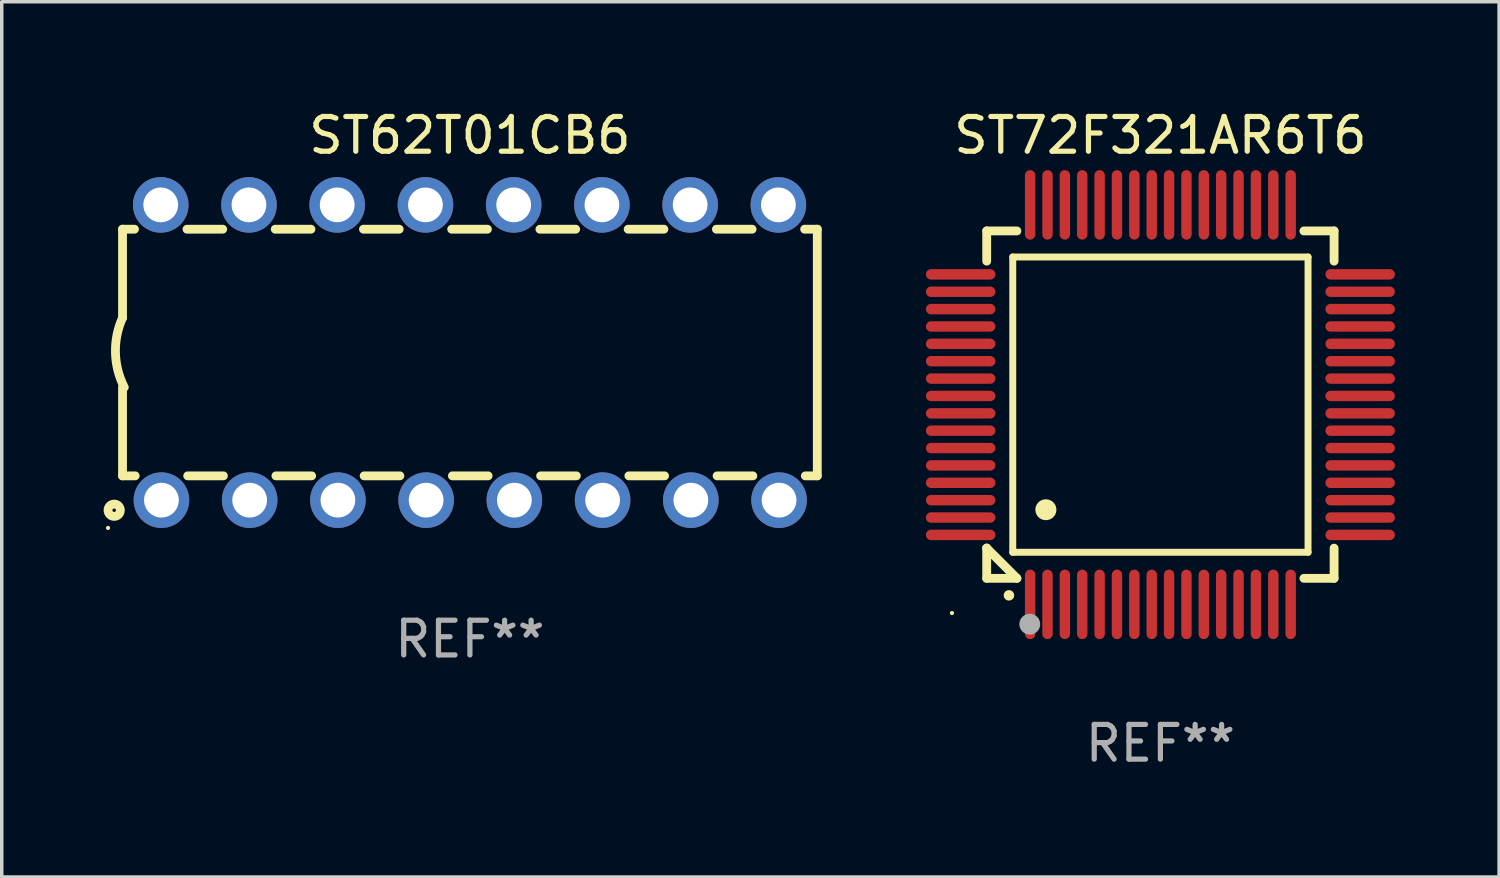
<source format=kicad_pcb>
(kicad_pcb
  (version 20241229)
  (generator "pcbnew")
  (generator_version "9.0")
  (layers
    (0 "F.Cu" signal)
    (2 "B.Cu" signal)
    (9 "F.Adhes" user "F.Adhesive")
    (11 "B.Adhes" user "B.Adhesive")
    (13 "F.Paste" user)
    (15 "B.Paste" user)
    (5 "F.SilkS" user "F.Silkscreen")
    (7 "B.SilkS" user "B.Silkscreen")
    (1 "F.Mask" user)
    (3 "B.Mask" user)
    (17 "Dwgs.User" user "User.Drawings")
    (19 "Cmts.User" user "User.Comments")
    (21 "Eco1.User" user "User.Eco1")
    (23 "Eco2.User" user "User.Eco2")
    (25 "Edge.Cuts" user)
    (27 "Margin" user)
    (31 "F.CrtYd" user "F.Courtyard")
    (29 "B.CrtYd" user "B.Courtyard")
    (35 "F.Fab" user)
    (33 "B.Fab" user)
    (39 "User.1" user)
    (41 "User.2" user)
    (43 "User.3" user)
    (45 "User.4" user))
  (footprint "ST62T01CB6"
    (layer "F.Cu")
    (at 10.477 7.098)
    (property "Reference" "ST62T01CB6" (at 0 -6.25 0) (layer "F.SilkS") (effects (font (size 1 1) (thickness 0.15))))
    (attr through_hole)
    (fp_line (start -10 -3.55) (end -9.656 -3.55) (stroke (width 0.254) (type solid)) (layer "F.SilkS"))
    (fp_line (start -10 -0.998) (end -10 -3.55) (stroke (width 0.254) (type solid)) (layer "F.SilkS"))
    (fp_line (start -10 3.55) (end -10 1) (stroke (width 0.254) (type solid)) (layer "F.SilkS"))
    (fp_line (start -10 3.55) (end -9.636 3.55) (stroke (width 0.254) (type solid)) (layer "F.SilkS"))
    (fp_line (start -8.144 -3.55) (end -7.116 -3.55) (stroke (width 0.254) (type solid)) (layer "F.SilkS"))
    (fp_line (start -8.124 3.55) (end -7.096 3.55) (stroke (width 0.254) (type solid)) (layer "F.SilkS"))
    (fp_line (start -5.604 -3.55) (end -4.576 -3.55) (stroke (width 0.254) (type solid)) (layer "F.SilkS"))
    (fp_line (start -5.584 3.55) (end -4.556 3.55) (stroke (width 0.254) (type solid)) (layer "F.SilkS"))
    (fp_line (start -3.064 -3.55) (end -2.036 -3.55) (stroke (width 0.254) (type solid)) (layer "F.SilkS"))
    (fp_line (start -3.044 3.55) (end -2.016 3.55) (stroke (width 0.254) (type solid)) (layer "F.SilkS"))
    (fp_line (start -0.524 -3.55) (end 0.504 -3.55) (stroke (width 0.254) (type solid)) (layer "F.SilkS"))
    (fp_line (start -0.504 3.55) (end 0.524 3.55) (stroke (width 0.254) (type solid)) (layer "F.SilkS"))
    (fp_line (start 2.016 -3.55) (end 3.044 -3.55) (stroke (width 0.254) (type solid)) (layer "F.SilkS"))
    (fp_line (start 2.036 3.55) (end 3.064 3.55) (stroke (width 0.254) (type solid)) (layer "F.SilkS"))
    (fp_line (start 4.556 -3.55) (end 5.584 -3.55) (stroke (width 0.254) (type solid)) (layer "F.SilkS"))
    (fp_line (start 4.576 3.55) (end 5.604 3.55) (stroke (width 0.254) (type solid)) (layer "F.SilkS"))
    (fp_line (start 7.096 -3.55) (end 8.124 -3.55) (stroke (width 0.254) (type solid)) (layer "F.SilkS"))
    (fp_line (start 7.116 3.55) (end 8.144 3.55) (stroke (width 0.254) (type solid)) (layer "F.SilkS"))
    (fp_line (start 9.636 -3.55) (end 10 -3.55) (stroke (width 0.254) (type solid)) (layer "F.SilkS"))
    (fp_line (start 9.656 3.55) (end 10 3.55) (stroke (width 0.254) (type solid)) (layer "F.SilkS"))
    (fp_line (start 10 3.55) (end 10 -3.55) (stroke (width 0.254) (type solid)) (layer "F.SilkS"))
    (fp_arc (start -9.949962 1) (mid -10.203153 0.005709) (end -10 -1) (stroke (width 0.254001) (type solid)) (layer "F.SilkS"))
    (fp_circle (center -10.417 5.05) (end -10.387 5.05) (stroke (width 0.06) (type solid)) (fill no) (layer "F.SilkS"))
    (fp_circle (center -10.24 4.54) (end -10.19 4.54) (stroke (width 0.254) (type solid)) (fill no) (layer "F.SilkS"))
    (fp_text user "REF**" (at 0 8.25 0) (layer "F.Fab") (effects (font (size 1 1) (thickness 0.15))))
    (pad "1" thru_hole circle (at -8.88 4.25) (size 1.6 1.6) (drill 1) (layers "*.Cu" "*.Mask"))
    (pad "2" thru_hole circle (at -6.34 4.25) (size 1.6 1.6) (drill 1) (layers "*.Cu" "*.Mask"))
    (pad "3" thru_hole circle (at -3.8 4.25) (size 1.6 1.6) (drill 1) (layers "*.Cu" "*.Mask"))
    (pad "4" thru_hole circle (at -1.26 4.25) (size 1.6 1.6) (drill 1) (layers "*.Cu" "*.Mask"))
    (pad "5" thru_hole circle (at 1.28 4.25) (size 1.6 1.6) (drill 1) (layers "*.Cu" "*.Mask"))
    (pad "6" thru_hole circle (at 3.82 4.25) (size 1.6 1.6) (drill 1) (layers "*.Cu" "*.Mask"))
    (pad "7" thru_hole circle (at 6.36 4.25) (size 1.6 1.6) (drill 1) (layers "*.Cu" "*.Mask"))
    (pad "8" thru_hole circle (at 8.9 4.25) (size 1.6 1.6) (drill 1) (layers "*.Cu" "*.Mask"))
    (pad "9" thru_hole circle (at 8.88 -4.25) (size 1.6 1.6) (drill 1) (layers "*.Cu" "*.Mask"))
    (pad "10" thru_hole circle (at 6.34 -4.25) (size 1.6 1.6) (drill 1) (layers "*.Cu" "*.Mask"))
    (pad "11" thru_hole circle (at 3.8 -4.25) (size 1.6 1.6) (drill 1) (layers "*.Cu" "*.Mask"))
    (pad "12" thru_hole circle (at 1.26 -4.25) (size 1.6 1.6) (drill 1) (layers "*.Cu" "*.Mask"))
    (pad "13" thru_hole circle (at -1.28 -4.25) (size 1.6 1.6) (drill 1) (layers "*.Cu" "*.Mask"))
    (pad "14" thru_hole circle (at -3.82 -4.25) (size 1.6 1.6) (drill 1) (layers "*.Cu" "*.Mask"))
    (pad "15" thru_hole circle (at -6.36 -4.25) (size 1.6 1.6) (drill 1) (layers "*.Cu" "*.Mask"))
    (pad "16" thru_hole circle (at -8.9 -4.25) (size 1.6 1.6) (drill 1) (layers "*.Cu" "*.Mask")))
  (footprint "ST72F321AR6T6"
    (layer "F.Cu")
    (at 30.354 8.598)
    (property "Reference" "ST72F321AR6T6" (at 0 -7.75 0) (layer "F.SilkS") (effects (font (size 1 1) (thickness 0.15))))
    (attr through_hole)
    (fp_line (start -5 -5) (end -4.131 -5) (stroke (width 0.254) (type solid)) (layer "F.SilkS"))
    (fp_line (start -5 -4.131) (end -5 -5) (stroke (width 0.254) (type solid)) (layer "F.SilkS"))
    (fp_line (start -5 4.131) (end -5 4.131) (stroke (width 0.254) (type solid)) (layer "F.SilkS"))
    (fp_line (start -5 5) (end -5 4.131) (stroke (width 0.254) (type solid)) (layer "F.SilkS"))
    (fp_line (start -5 4.131) (end -4.131 5) (stroke (width 0.254) (type solid)) (layer "F.SilkS"))
    (fp_line (start -4.25 -4.25) (end -4.25 4.25) (stroke (width 0.2) (type solid)) (layer "F.SilkS"))
    (fp_line (start -4.25 4.25) (end 4.25 4.25) (stroke (width 0.2) (type solid)) (layer "F.SilkS"))
    (fp_line (start -4.131 5) (end -5 5) (stroke (width 0.254) (type solid)) (layer "F.SilkS"))
    (fp_line (start 4.25 -4.25) (end -4.25 -4.25) (stroke (width 0.2) (type solid)) (layer "F.SilkS"))
    (fp_line (start 4.25 4.25) (end 4.25 -4.25) (stroke (width 0.2) (type solid)) (layer "F.SilkS"))
    (fp_line (start 5 -5) (end 4.131 -5) (stroke (width 0.254) (type solid)) (layer "F.SilkS"))
    (fp_line (start 5 -5) (end 5 -4.131) (stroke (width 0.254) (type solid)) (layer "F.SilkS"))
    (fp_line (start 5 4.131) (end 5 5) (stroke (width 0.254) (type solid)) (layer "F.SilkS"))
    (fp_line (start 5 5) (end 4.131 5) (stroke (width 0.254) (type solid)) (layer "F.SilkS"))
    (fp_arc (start -4.361265 5.489992) (mid -4.359995 5.489987) (end -4.358725 5.489992) (stroke (width 0.3) (type solid)) (layer "F.SilkS"))
    (fp_arc (start -3.299467 3.025146) (mid -3.296927 3.025135) (end -3.294387 3.025146) (stroke (width 0.6) (type solid)) (layer "F.SilkS"))
    (fp_circle (center -6 6) (end -5.97 6) (stroke (width 0.06) (type solid)) (fill no) (layer "F.SilkS"))
    (fp_circle (center -3.76 6.32) (end -3.61 6.32) (stroke (width 0.3) (type solid)) (fill no) (layer "F.Fab"))
    (fp_text user "REF**" (at 0 9.75 0) (layer "F.Fab") (effects (font (size 1 1) (thickness 0.15))))
    (pad "1" smd oval (at -3.75 5.75) (size 0.3 2) (layers "F.Cu" "F.Mask" "F.Paste"))
    (pad "2" smd oval (at -3.25 5.75) (size 0.3 2) (layers "F.Cu" "F.Mask" "F.Paste"))
    (pad "3" smd oval (at -2.75 5.75) (size 0.3 2) (layers "F.Cu" "F.Mask" "F.Paste"))
    (pad "4" smd oval (at -2.25 5.75) (size 0.3 2) (layers "F.Cu" "F.Mask" "F.Paste"))
    (pad "5" smd oval (at -1.75 5.75) (size 0.3 2) (layers "F.Cu" "F.Mask" "F.Paste"))
    (pad "6" smd oval (at -1.25 5.75) (size 0.3 2) (layers "F.Cu" "F.Mask" "F.Paste"))
    (pad "7" smd oval (at -0.75 5.75) (size 0.3 2) (layers "F.Cu" "F.Mask" "F.Paste"))
    (pad "8" smd oval (at -0.25 5.75) (size 0.3 2) (layers "F.Cu" "F.Mask" "F.Paste"))
    (pad "9" smd oval (at 0.25 5.75) (size 0.3 2) (layers "F.Cu" "F.Mask" "F.Paste"))
    (pad "10" smd oval (at 0.75 5.75) (size 0.3 2) (layers "F.Cu" "F.Mask" "F.Paste"))
    (pad "11" smd oval (at 1.25 5.75) (size 0.3 2) (layers "F.Cu" "F.Mask" "F.Paste"))
    (pad "12" smd oval (at 1.75 5.75) (size 0.3 2) (layers "F.Cu" "F.Mask" "F.Paste"))
    (pad "13" smd oval (at 2.25 5.75) (size 0.3 2) (layers "F.Cu" "F.Mask" "F.Paste"))
    (pad "14" smd oval (at 2.75 5.75) (size 0.3 2) (layers "F.Cu" "F.Mask" "F.Paste"))
    (pad "15" smd oval (at 3.25 5.75) (size 0.3 2) (layers "F.Cu" "F.Mask" "F.Paste"))
    (pad "16" smd oval (at 3.75 5.75) (size 0.3 2) (layers "F.Cu" "F.Mask" "F.Paste"))
    (pad "17" smd oval (at 5.75 3.75) (size 2 0.3) (layers "F.Cu" "F.Mask" "F.Paste"))
    (pad "18" smd oval (at 5.75 3.25) (size 2 0.3) (layers "F.Cu" "F.Mask" "F.Paste"))
    (pad "19" smd oval (at 5.75 2.75) (size 2 0.3) (layers "F.Cu" "F.Mask" "F.Paste"))
    (pad "20" smd oval (at 5.75 2.25) (size 2 0.3) (layers "F.Cu" "F.Mask" "F.Paste"))
    (pad "21" smd oval (at 5.75 1.75) (size 2 0.3) (layers "F.Cu" "F.Mask" "F.Paste"))
    (pad "22" smd oval (at 5.75 1.25) (size 2 0.3) (layers "F.Cu" "F.Mask" "F.Paste"))
    (pad "23" smd oval (at 5.75 0.75) (size 2 0.3) (layers "F.Cu" "F.Mask" "F.Paste"))
    (pad "24" smd oval (at 5.75 0.25) (size 2 0.3) (layers "F.Cu" "F.Mask" "F.Paste"))
    (pad "25" smd oval (at 5.75 -0.25) (size 2 0.3) (layers "F.Cu" "F.Mask" "F.Paste"))
    (pad "26" smd oval (at 5.75 -0.75) (size 2 0.3) (layers "F.Cu" "F.Mask" "F.Paste"))
    (pad "27" smd oval (at 5.75 -1.25) (size 2 0.3) (layers "F.Cu" "F.Mask" "F.Paste"))
    (pad "28" smd oval (at 5.75 -1.75) (size 2 0.3) (layers "F.Cu" "F.Mask" "F.Paste"))
    (pad "29" smd oval (at 5.75 -2.25) (size 2 0.3) (layers "F.Cu" "F.Mask" "F.Paste"))
    (pad "30" smd oval (at 5.75 -2.75) (size 2 0.3) (layers "F.Cu" "F.Mask" "F.Paste"))
    (pad "31" smd oval (at 5.75 -3.25) (size 2 0.3) (layers "F.Cu" "F.Mask" "F.Paste"))
    (pad "32" smd oval (at 5.75 -3.75) (size 2 0.3) (layers "F.Cu" "F.Mask" "F.Paste"))
    (pad "33" smd oval (at 3.75 -5.75) (size 0.3 2) (layers "F.Cu" "F.Mask" "F.Paste"))
    (pad "34" smd oval (at 3.25 -5.75) (size 0.3 2) (layers "F.Cu" "F.Mask" "F.Paste"))
    (pad "35" smd oval (at 2.75 -5.75) (size 0.3 2) (layers "F.Cu" "F.Mask" "F.Paste"))
    (pad "36" smd oval (at 2.25 -5.75) (size 0.3 2) (layers "F.Cu" "F.Mask" "F.Paste"))
    (pad "37" smd oval (at 1.75 -5.75) (size 0.3 2) (layers "F.Cu" "F.Mask" "F.Paste"))
    (pad "38" smd oval (at 1.25 -5.75) (size 0.3 2) (layers "F.Cu" "F.Mask" "F.Paste"))
    (pad "39" smd oval (at 0.75 -5.75) (size 0.3 2) (layers "F.Cu" "F.Mask" "F.Paste"))
    (pad "40" smd oval (at 0.25 -5.75) (size 0.3 2) (layers "F.Cu" "F.Mask" "F.Paste"))
    (pad "41" smd oval (at -0.25 -5.75) (size 0.3 2) (layers "F.Cu" "F.Mask" "F.Paste"))
    (pad "42" smd oval (at -0.75 -5.75) (size 0.3 2) (layers "F.Cu" "F.Mask" "F.Paste"))
    (pad "43" smd oval (at -1.25 -5.75) (size 0.3 2) (layers "F.Cu" "F.Mask" "F.Paste"))
    (pad "44" smd oval (at -1.75 -5.75) (size 0.3 2) (layers "F.Cu" "F.Mask" "F.Paste"))
    (pad "45" smd oval (at -2.25 -5.75) (size 0.3 2) (layers "F.Cu" "F.Mask" "F.Paste"))
    (pad "46" smd oval (at -2.75 -5.75) (size 0.3 2) (layers "F.Cu" "F.Mask" "F.Paste"))
    (pad "47" smd oval (at -3.25 -5.75) (size 0.3 2) (layers "F.Cu" "F.Mask" "F.Paste"))
    (pad "48" smd oval (at -3.75 -5.75) (size 0.3 2) (layers "F.Cu" "F.Mask" "F.Paste"))
    (pad "49" smd oval (at -5.75 -3.75) (size 2 0.3) (layers "F.Cu" "F.Mask" "F.Paste"))
    (pad "50" smd oval (at -5.75 -3.25) (size 2 0.3) (layers "F.Cu" "F.Mask" "F.Paste"))
    (pad "51" smd oval (at -5.75 -2.75) (size 2 0.3) (layers "F.Cu" "F.Mask" "F.Paste"))
    (pad "52" smd oval (at -5.75 -2.25) (size 2 0.3) (layers "F.Cu" "F.Mask" "F.Paste"))
    (pad "53" smd oval (at -5.75 -1.75) (size 2 0.3) (layers "F.Cu" "F.Mask" "F.Paste"))
    (pad "54" smd oval (at -5.75 -1.25) (size 2 0.3) (layers "F.Cu" "F.Mask" "F.Paste"))
    (pad "55" smd oval (at -5.75 -0.75) (size 2 0.3) (layers "F.Cu" "F.Mask" "F.Paste"))
    (pad "56" smd oval (at -5.75 -0.25) (size 2 0.3) (layers "F.Cu" "F.Mask" "F.Paste"))
    (pad "57" smd oval (at -5.75 0.25) (size 2 0.3) (layers "F.Cu" "F.Mask" "F.Paste"))
    (pad "58" smd oval (at -5.75 0.75) (size 2 0.3) (layers "F.Cu" "F.Mask" "F.Paste"))
    (pad "59" smd oval (at -5.75 1.25) (size 2 0.3) (layers "F.Cu" "F.Mask" "F.Paste"))
    (pad "60" smd oval (at -5.75 1.75) (size 2 0.3) (layers "F.Cu" "F.Mask" "F.Paste"))
    (pad "61" smd oval (at -5.75 2.25) (size 2 0.3) (layers "F.Cu" "F.Mask" "F.Paste"))
    (pad "62" smd oval (at -5.75 2.75) (size 2 0.3) (layers "F.Cu" "F.Mask" "F.Paste"))
    (pad "63" smd oval (at -5.75 3.25) (size 2 0.3) (layers "F.Cu" "F.Mask" "F.Paste"))
    (pad "64" smd oval (at -5.75 3.75) (size 2 0.3) (layers "F.Cu" "F.Mask" "F.Paste")))
  (gr_rect
    (start -3 -3)
    (end 40.104 22.196)
    (stroke (width 0.1) (type default))
    (fill no)
    (layer "Edge.Cuts")))
</source>
